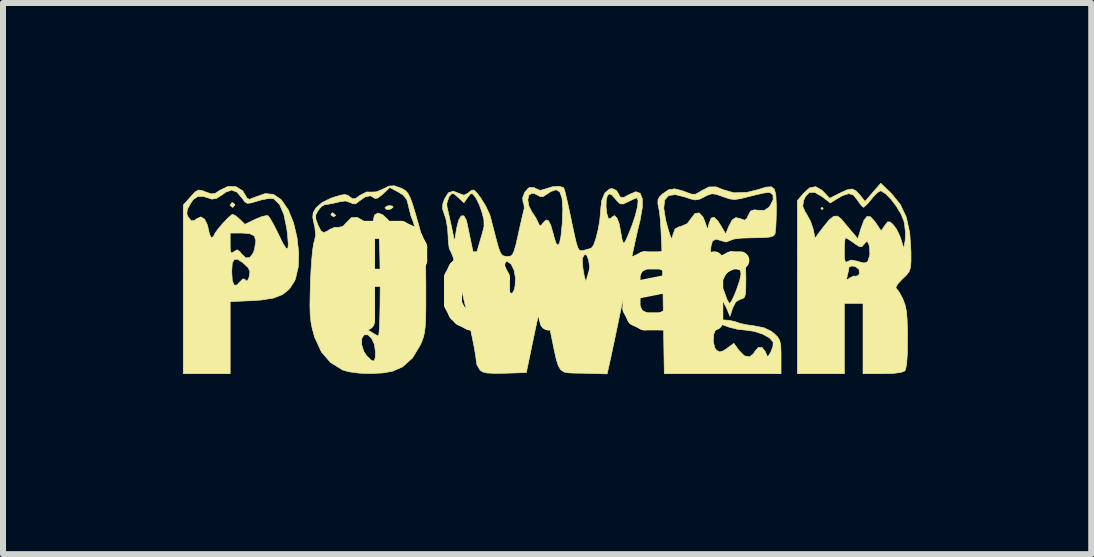
<source format=kicad_pcb>
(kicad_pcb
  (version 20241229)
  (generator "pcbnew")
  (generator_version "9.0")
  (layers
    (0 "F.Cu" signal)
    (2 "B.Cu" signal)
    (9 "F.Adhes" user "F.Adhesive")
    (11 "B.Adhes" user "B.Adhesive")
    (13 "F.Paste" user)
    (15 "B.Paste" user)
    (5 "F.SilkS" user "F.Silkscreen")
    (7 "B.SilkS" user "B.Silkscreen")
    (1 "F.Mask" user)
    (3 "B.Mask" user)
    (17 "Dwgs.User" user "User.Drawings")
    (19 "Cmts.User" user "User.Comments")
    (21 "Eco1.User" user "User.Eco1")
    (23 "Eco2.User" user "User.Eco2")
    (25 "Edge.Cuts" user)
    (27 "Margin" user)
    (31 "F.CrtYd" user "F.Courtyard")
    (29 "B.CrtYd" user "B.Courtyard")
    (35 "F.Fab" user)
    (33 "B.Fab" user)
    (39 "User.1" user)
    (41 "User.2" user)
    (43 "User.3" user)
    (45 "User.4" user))
  (footprint "Power"
    (layer "F.Cu")
    (at 6.062 1.617)
    (property "Reference" "Power" (at 0 0 0) (layer "F.SilkS") (effects (font (size 1.524 1.524) (thickness 0.3))))
    (attr through_hole)
    (fp_poly (pts (xy 4.611 -1.192) (xy 4.592 -1.172) (xy 4.572 -1.192) (xy 4.592 -1.211) (xy 4.611 -1.192)) (stroke (width 0.01) (type solid)) (fill yes) (layer "F.SilkS"))
    (fp_poly (pts (xy -5.198 -1.26) (xy -5.197 -1.25) (xy -5.227 -1.213) (xy -5.236 -1.211) (xy -5.274 -1.241) (xy -5.275 -1.25) (xy -5.246 -1.288) (xy -5.236 -1.29) (xy -5.198 -1.26)) (stroke (width 0.01) (type solid)) (fill yes) (layer "F.SilkS"))
    (fp_poly (pts (xy -3.556 -1.114) (xy -3.519 -1.079) (xy -3.517 -1.072) (xy -3.547 -1.056) (xy -3.556 -1.055) (xy -3.594 -1.085) (xy -3.595 -1.096) (xy -3.571 -1.12) (xy -3.556 -1.114)) (stroke (width 0.01) (type solid)) (fill yes) (layer "F.SilkS"))
    (fp_poly (pts (xy -2.564 -1.23) (xy -2.561 -1.209) (xy -2.608 -1.178) (xy -2.667 -1.175) (xy -2.696 -1.203) (xy -2.696 -1.203) (xy -2.663 -1.231) (xy -2.617 -1.24) (xy -2.564 -1.23)) (stroke (width 0.01) (type solid)) (fill yes) (layer "F.SilkS"))
    (fp_poly (pts (xy -5.181 -1.556) (xy -5.067 -1.487) (xy -4.993 -1.362) (xy -4.954 -1.344) (xy -4.862 -1.379) (xy -4.856 -1.382) (xy -4.692 -1.44) (xy -4.554 -1.427) (xy -4.429 -1.342) (xy -4.415 -1.327) (xy -4.304 -1.164) (xy -4.218 -0.949) (xy -4.16 -0.705) (xy -4.133 -0.454) (xy -4.14 -0.218) (xy -4.186 -0.02) (xy -4.204 0.022) (xy -4.288 0.151) (xy -4.4 0.242) (xy -4.553 0.302) (xy -4.762 0.335) (xy -4.912 0.345) (xy -5.275 0.361) (xy -5.275 1.563) (xy -6.057 1.563) (xy -6.057 -0.145) (xy -5.249 -0.145) (xy -5.24 0.007) (xy -5.212 0.084) (xy -5.165 0.086) (xy -5.119 0.039) (xy -5.065 -0.018) (xy -5.029 -0.011) (xy -5.02 0.003) (xy -4.991 0.02) (xy -4.964 -0.034) (xy -4.957 -0.058) (xy -4.946 -0.14) (xy -4.974 -0.204) (xy -5.052 -0.278) (xy -5.147 -0.344) (xy -5.208 -0.345) (xy -5.24 -0.278) (xy -5.249 -0.145) (xy -6.057 -0.145) (xy -6.057 -1.1) (xy -5.997 -1.1) (xy -5.98 -1.057) (xy -5.926 -0.987) (xy -5.869 -0.991) (xy -5.833 -1.021) (xy -5.764 -1.052) (xy -5.701 -1.013) (xy -5.654 -0.915) (xy -5.642 -0.861) (xy -5.619 -0.763) (xy -5.592 -0.708) (xy -5.583 -0.703) (xy -5.549 -0.731) (xy -5.549 -0.735) (xy -5.526 -0.782) (xy -5.275 -0.782) (xy -5.275 -0.601) (xy -5.273 -0.494) (xy -5.26 -0.451) (xy -5.23 -0.459) (xy -5.211 -0.473) (xy -5.159 -0.503) (xy -5.115 -0.474) (xy -5.088 -0.437) (xy -5.016 -0.368) (xy -4.946 -0.374) (xy -4.889 -0.452) (xy -4.869 -0.514) (xy -4.847 -0.652) (xy -4.871 -0.734) (xy -4.952 -0.773) (xy -5.079 -0.782) (xy -5.275 -0.782) (xy -5.526 -0.782) (xy -5.524 -0.785) (xy -5.464 -0.866) (xy -5.385 -0.957) (xy -5.307 -1.038) (xy -5.248 -1.088) (xy -5.233 -1.094) (xy -5.182 -1.069) (xy -5.114 -1.011) (xy -5.03 -0.927) (xy -4.857 -1.011) (xy -4.749 -1.056) (xy -4.667 -1.074) (xy -4.643 -1.07) (xy -4.609 -1.025) (xy -4.553 -0.927) (xy -4.485 -0.794) (xy -4.463 -0.747) (xy -4.391 -0.601) (xy -4.341 -0.527) (xy -4.313 -0.526) (xy -4.306 -0.598) (xy -4.318 -0.745) (xy -4.332 -0.86) (xy -4.38 -1.093) (xy -4.45 -1.256) (xy -4.54 -1.347) (xy -4.559 -1.356) (xy -4.63 -1.358) (xy -4.742 -1.338) (xy -4.812 -1.318) (xy -4.926 -1.284) (xy -4.99 -1.277) (xy -5.03 -1.301) (xy -5.067 -1.353) (xy -5.16 -1.463) (xy -5.25 -1.499) (xy -5.35 -1.463) (xy -5.4 -1.426) (xy -5.501 -1.361) (xy -5.578 -1.347) (xy -5.584 -1.349) (xy -5.724 -1.393) (xy -5.819 -1.391) (xy -5.891 -1.339) (xy -5.936 -1.275) (xy -5.99 -1.173) (xy -5.997 -1.1) (xy -6.057 -1.1) (xy -6.057 -1.248) (xy -5.936 -1.385) (xy -5.86 -1.467) (xy -5.805 -1.499) (xy -5.743 -1.491) (xy -5.684 -1.467) (xy -5.59 -1.435) (xy -5.524 -1.443) (xy -5.45 -1.493) (xy -5.314 -1.559) (xy -5.181 -1.556)) (stroke (width 0.01) (type solid)) (fill yes) (layer "F.SilkS"))
    (fp_poly (pts (xy 5.756 -1.432) (xy 5.898 -1.256) (xy 5.997 -1.044) (xy 6.054 -0.784) (xy 6.074 -0.464) (xy 6.074 -0.456) (xy 6.074 -0.302) (xy 6.065 -0.202) (xy 6.041 -0.135) (xy 5.993 -0.075) (xy 5.932 -0.018) (xy 5.852 0.067) (xy 5.822 0.125) (xy 5.828 0.14) (xy 5.869 0.189) (xy 5.922 0.283) (xy 5.943 0.327) (xy 5.976 0.416) (xy 5.998 0.521) (xy 6.01 0.66) (xy 6.016 0.85) (xy 6.017 0.979) (xy 6.014 1.227) (xy 6.002 1.399) (xy 5.983 1.496) (xy 5.971 1.516) (xy 5.905 1.542) (xy 5.774 1.558) (xy 5.6 1.563) (xy 5.275 1.563) (xy 5.275 0.391) (xy 4.963 0.391) (xy 4.963 1.563) (xy 4.181 1.563) (xy 4.181 -0.012) (xy 5.001 -0.012) (xy 5.022 -0.01) (xy 5.052 -0.033) (xy 5.119 -0.066) (xy 5.152 -0.062) (xy 5.194 -0.073) (xy 5.214 -0.105) (xy 5.208 -0.177) (xy 5.144 -0.225) (xy 5.09 -0.234) (xy 5.044 -0.216) (xy 5.04 -0.205) (xy 5.031 -0.148) (xy 5.014 -0.078) (xy 5.001 -0.012) (xy 4.181 -0.012) (xy 4.181 -0.484) (xy 4.963 -0.484) (xy 4.966 -0.361) (xy 4.978 -0.303) (xy 5.002 -0.298) (xy 5.016 -0.308) (xy 5.081 -0.332) (xy 5.183 -0.312) (xy 5.196 -0.307) (xy 5.289 -0.283) (xy 5.34 -0.297) (xy 5.357 -0.317) (xy 5.389 -0.422) (xy 5.383 -0.55) (xy 5.368 -0.604) (xy 5.344 -0.644) (xy 5.312 -0.621) (xy 5.293 -0.597) (xy 5.255 -0.555) (xy 5.214 -0.556) (xy 5.143 -0.601) (xy 5.124 -0.616) (xy 5.042 -0.672) (xy 4.989 -0.702) (xy 4.984 -0.703) (xy 4.972 -0.668) (xy 4.965 -0.577) (xy 4.963 -0.484) (xy 4.181 -0.484) (xy 4.181 -1.23) (xy 4.27 -1.23) (xy 4.308 -1.138) (xy 4.331 -1.103) (xy 4.399 -0.979) (xy 4.445 -0.844) (xy 4.445 -0.841) (xy 4.475 -0.698) (xy 4.607 -0.874) (xy 4.709 -1) (xy 4.786 -1.061) (xy 4.849 -1.065) (xy 4.912 -1.016) (xy 4.921 -1.005) (xy 4.997 -0.914) (xy 5.084 -0.81) (xy 5.091 -0.802) (xy 5.189 -0.686) (xy 5.238 -0.851) (xy 5.29 -0.993) (xy 5.341 -1.059) (xy 5.399 -1.053) (xy 5.469 -0.977) (xy 5.482 -0.959) (xy 5.577 -0.819) (xy 5.637 -0.907) (xy 5.684 -0.968) (xy 5.725 -0.967) (xy 5.773 -0.927) (xy 5.833 -0.847) (xy 5.889 -0.73) (xy 5.902 -0.693) (xy 5.955 -0.528) (xy 5.978 -0.664) (xy 5.983 -0.789) (xy 5.966 -0.936) (xy 5.956 -0.982) (xy 5.91 -1.097) (xy 5.834 -1.224) (xy 5.744 -1.343) (xy 5.653 -1.436) (xy 5.578 -1.483) (xy 5.563 -1.485) (xy 5.514 -1.456) (xy 5.444 -1.384) (xy 5.415 -1.348) (xy 5.345 -1.265) (xy 5.293 -1.217) (xy 5.282 -1.211) (xy 5.245 -1.242) (xy 5.192 -1.316) (xy 5.184 -1.329) (xy 5.115 -1.415) (xy 5.038 -1.44) (xy 4.932 -1.406) (xy 4.861 -1.365) (xy 4.73 -1.284) (xy 4.589 -1.392) (xy 4.469 -1.461) (xy 4.379 -1.459) (xy 4.311 -1.384) (xy 4.283 -1.319) (xy 4.27 -1.23) (xy 4.181 -1.23) (xy 4.181 -1.323) (xy 4.282 -1.443) (xy 4.387 -1.537) (xy 4.486 -1.555) (xy 4.588 -1.497) (xy 4.624 -1.462) (xy 4.718 -1.361) (xy 4.878 -1.442) (xy 5.005 -1.501) (xy 5.09 -1.517) (xy 5.155 -1.488) (xy 5.222 -1.417) (xy 5.308 -1.309) (xy 5.439 -1.461) (xy 5.571 -1.612) (xy 5.756 -1.432)) (stroke (width 0.01) (type solid)) (fill yes) (layer "F.SilkS"))
    (fp_poly (pts (xy -2.43 -1.532) (xy -2.396 -1.516) (xy -2.351 -1.488) (xy -2.313 -1.445) (xy -2.276 -1.375) (xy -2.235 -1.265) (xy -2.186 -1.103) (xy -2.122 -0.879) (xy -2.082 -0.729) (xy -2.053 -0.599) (xy -2.033 -0.472) (xy -2.021 -0.329) (xy -2.015 -0.153) (xy -2.013 0.075) (xy -2.013 0.195) (xy -2.013 0.446) (xy -2.016 0.633) (xy -2.023 0.771) (xy -2.035 0.873) (xy -2.055 0.956) (xy -2.082 1.032) (xy -2.106 1.085) (xy -2.236 1.301) (xy -2.401 1.449) (xy -2.571 1.522) (xy -2.729 1.55) (xy -2.922 1.56) (xy -3.12 1.554) (xy -3.294 1.531) (xy -3.4 1.501) (xy -3.601 1.377) (xy -3.754 1.2) (xy -3.855 0.98) (xy -3.083 0.98) (xy -3.082 1.081) (xy -3.048 1.191) (xy -2.999 1.264) (xy -2.92 1.341) (xy -2.875 1.351) (xy -2.856 1.292) (xy -2.853 1.198) (xy -2.871 1.073) (xy -2.917 0.973) (xy -2.978 0.914) (xy -3.044 0.916) (xy -3.046 0.917) (xy -3.083 0.98) (xy -3.855 0.98) (xy -3.864 0.961) (xy -3.875 0.926) (xy -3.907 0.811) (xy -3.928 0.702) (xy -3.941 0.582) (xy -3.945 0.433) (xy -3.942 0.235) (xy -3.938 0.066) (xy -3.928 -0.151) (xy -3.925 -0.197) (xy -3.086 -0.197) (xy -3.086 -0.029) (xy -3.084 0.762) (xy -2.959 0.846) (xy -2.871 0.901) (xy -2.811 0.932) (xy -2.804 0.934) (xy -2.795 0.898) (xy -2.787 0.795) (xy -2.781 0.637) (xy -2.777 0.435) (xy -2.775 0.2) (xy -2.774 0.12) (xy -2.776 -0.128) (xy -2.779 -0.352) (xy -2.784 -0.539) (xy -2.79 -0.677) (xy -2.797 -0.752) (xy -2.799 -0.76) (xy -2.823 -0.802) (xy -2.861 -0.788) (xy -2.897 -0.758) (xy -2.95 -0.714) (xy -2.968 -0.725) (xy -2.97 -0.756) (xy -2.999 -0.812) (xy -3.028 -0.821) (xy -3.049 -0.811) (xy -3.064 -0.777) (xy -3.074 -0.707) (xy -3.081 -0.594) (xy -3.084 -0.427) (xy -3.086 -0.197) (xy -3.925 -0.197) (xy -3.915 -0.347) (xy -3.899 -0.507) (xy -3.882 -0.613) (xy -3.874 -0.637) (xy -3.85 -0.745) (xy -3.863 -0.875) (xy -3.874 -0.924) (xy -3.893 -1.018) (xy -3.849 -1.018) (xy -3.814 -0.922) (xy -3.765 -0.822) (xy -3.718 -0.789) (xy -3.654 -0.815) (xy -3.617 -0.842) (xy -3.531 -0.878) (xy -3.472 -0.877) (xy -3.396 -0.892) (xy -3.339 -0.955) (xy -3.255 -1.038) (xy -3.158 -1.044) (xy -3.07 -0.995) (xy -2.98 -0.946) (xy -2.914 -0.946) (xy -2.891 -0.987) (xy -2.869 -1.082) (xy -2.814 -1.115) (xy -2.736 -1.09) (xy -2.647 -1.008) (xy -2.58 -0.911) (xy -2.524 -0.824) (xy -2.489 -0.798) (xy -2.461 -0.824) (xy -2.456 -0.832) (xy -2.406 -0.891) (xy -2.361 -0.876) (xy -2.32 -0.785) (xy -2.304 -0.733) (xy -2.266 -0.587) (xy -2.229 -0.442) (xy -2.223 -0.42) (xy -2.197 -0.327) (xy -2.179 -0.276) (xy -2.177 -0.274) (xy -2.173 -0.309) (xy -2.171 -0.405) (xy -2.171 -0.541) (xy -2.172 -0.576) (xy -2.179 -0.735) (xy -2.196 -0.872) (xy -2.22 -0.962) (xy -2.223 -0.969) (xy -2.261 -1.066) (xy -2.293 -1.193) (xy -2.299 -1.223) (xy -2.331 -1.341) (xy -2.394 -1.417) (xy -2.471 -1.465) (xy -2.614 -1.542) (xy -2.729 -1.432) (xy -2.814 -1.366) (xy -2.865 -1.359) (xy -2.87 -1.364) (xy -2.934 -1.404) (xy -3.026 -1.384) (xy -3.113 -1.323) (xy -3.184 -1.269) (xy -3.237 -1.271) (xy -3.26 -1.287) (xy -3.353 -1.317) (xy -3.447 -1.304) (xy -3.565 -1.276) (xy -3.644 -1.262) (xy -3.702 -1.255) (xy -3.756 -1.222) (xy -3.811 -1.156) (xy -3.848 -1.086) (xy -3.849 -1.018) (xy -3.893 -1.018) (xy -3.898 -1.04) (xy -3.892 -1.117) (xy -3.852 -1.189) (xy -3.841 -1.205) (xy -3.743 -1.29) (xy -3.592 -1.364) (xy -3.555 -1.377) (xy -3.432 -1.414) (xy -3.358 -1.424) (xy -3.308 -1.408) (xy -3.281 -1.386) (xy -3.23 -1.352) (xy -3.177 -1.363) (xy -3.113 -1.409) (xy -3.001 -1.467) (xy -2.93 -1.465) (xy -2.835 -1.469) (xy -2.725 -1.516) (xy -2.626 -1.565) (xy -2.539 -1.57) (xy -2.43 -1.532)) (stroke (width 0.01) (type solid)) (fill yes) (layer "F.SilkS"))
    (fp_poly (pts (xy 3.796 -1.515) (xy 3.821 -1.424) (xy 3.829 -1.269) (xy 3.83 -1.177) (xy 3.827 -1.013) (xy 3.82 -0.875) (xy 3.81 -0.784) (xy 3.806 -0.765) (xy 3.779 -0.734) (xy 3.718 -0.715) (xy 3.607 -0.706) (xy 3.442 -0.703) (xy 3.26 -0.698) (xy 3.127 -0.683) (xy 3.059 -0.659) (xy 3.057 -0.658) (xy 2.991 -0.632) (xy 2.922 -0.652) (xy 2.824 -0.68) (xy 2.765 -0.65) (xy 2.739 -0.556) (xy 2.735 -0.475) (xy 2.735 -0.293) (xy 2.947 -0.294) (xy 3.071 -0.299) (xy 3.161 -0.312) (xy 3.188 -0.323) (xy 3.251 -0.35) (xy 3.269 -0.352) (xy 3.296 -0.331) (xy 3.313 -0.261) (xy 3.32 -0.132) (xy 3.322 -0.022) (xy 3.32 0.138) (xy 3.314 0.237) (xy 3.297 0.29) (xy 3.267 0.312) (xy 3.234 0.32) (xy 3.155 0.363) (xy 3.101 0.469) (xy 3.057 0.606) (xy 2.998 0.464) (xy 2.951 0.372) (xy 2.902 0.338) (xy 2.837 0.341) (xy 2.77 0.365) (xy 2.741 0.417) (xy 2.735 0.513) (xy 2.735 0.664) (xy 2.912 0.664) (xy 3.035 0.672) (xy 3.134 0.692) (xy 3.156 0.701) (xy 3.231 0.726) (xy 3.353 0.75) (xy 3.448 0.763) (xy 3.621 0.796) (xy 3.747 0.857) (xy 3.79 0.891) (xy 3.851 0.95) (xy 3.886 1.009) (xy 3.903 1.092) (xy 3.908 1.221) (xy 3.908 1.279) (xy 3.908 1.563) (xy 1.962 1.563) (xy 1.953 1.027) (xy 2.778 1.027) (xy 2.804 1.133) (xy 2.835 1.174) (xy 2.887 1.2) (xy 2.95 1.179) (xy 3.008 1.14) (xy 3.122 1.056) (xy 3.205 1.173) (xy 3.295 1.264) (xy 3.38 1.283) (xy 3.451 1.228) (xy 3.47 1.193) (xy 3.528 1.125) (xy 3.593 1.127) (xy 3.648 1.198) (xy 3.657 1.222) (xy 3.678 1.273) (xy 3.701 1.264) (xy 3.74 1.196) (xy 3.774 1.103) (xy 3.776 1.034) (xy 3.715 0.965) (xy 3.6 0.902) (xy 3.457 0.856) (xy 3.322 0.837) (xy 3.178 0.821) (xy 3.042 0.787) (xy 3.016 0.777) (xy 2.925 0.745) (xy 2.874 0.752) (xy 2.83 0.799) (xy 2.786 0.904) (xy 2.778 1.027) (xy 1.953 1.027) (xy 1.942 0.303) (xy 1.936 -0.028) (xy 1.934 -0.074) (xy 2.798 -0.074) (xy 2.817 0.014) (xy 2.865 0.071) (xy 2.891 0.078) (xy 2.924 0.112) (xy 2.962 0.197) (xy 2.974 0.234) (xy 3.01 0.331) (xy 3.043 0.386) (xy 3.051 0.391) (xy 3.08 0.357) (xy 3.123 0.27) (xy 3.162 0.174) (xy 3.22 0.006) (xy 3.241 -0.104) (xy 3.225 -0.165) (xy 3.172 -0.187) (xy 3.155 -0.188) (xy 3.048 -0.199) (xy 2.964 -0.216) (xy 2.877 -0.222) (xy 2.823 -0.173) (xy 2.816 -0.16) (xy 2.798 -0.074) (xy 1.934 -0.074) (xy 1.927 -0.336) (xy 1.917 -0.611) (xy 1.906 -0.842) (xy 1.894 -1.019) (xy 1.882 -1.132) (xy 1.878 -1.153) (xy 1.869 -1.199) (xy 1.953 -1.199) (xy 1.983 -1.005) (xy 2.02 -0.866) (xy 2.057 -0.747) (xy 2.08 -0.695) (xy 2.094 -0.703) (xy 2.108 -0.762) (xy 2.142 -0.851) (xy 2.212 -0.888) (xy 2.238 -0.892) (xy 2.345 -0.939) (xy 2.406 -1.021) (xy 2.473 -1.108) (xy 2.542 -1.118) (xy 2.605 -1.053) (xy 2.637 -0.978) (xy 2.683 -0.842) (xy 2.71 -0.948) (xy 2.745 -1.033) (xy 2.792 -1.045) (xy 2.855 -0.983) (xy 2.901 -0.911) (xy 2.986 -0.767) (xy 3.035 -0.889) (xy 3.093 -0.999) (xy 3.154 -1.04) (xy 3.232 -1.022) (xy 3.243 -1.016) (xy 3.304 -0.996) (xy 3.342 -1.032) (xy 3.362 -1.078) (xy 3.401 -1.149) (xy 3.461 -1.169) (xy 3.528 -1.162) (xy 3.63 -1.16) (xy 3.702 -1.208) (xy 3.725 -1.236) (xy 3.776 -1.336) (xy 3.774 -1.416) (xy 3.723 -1.458) (xy 3.692 -1.46) (xy 3.615 -1.448) (xy 3.491 -1.42) (xy 3.366 -1.389) (xy 3.227 -1.354) (xy 3.132 -1.341) (xy 3.052 -1.351) (xy 2.954 -1.384) (xy 2.939 -1.389) (xy 2.828 -1.428) (xy 2.755 -1.437) (xy 2.685 -1.414) (xy 2.63 -1.386) (xy 2.547 -1.345) (xy 2.48 -1.334) (xy 2.397 -1.352) (xy 2.307 -1.383) (xy 2.145 -1.423) (xy 2.033 -1.407) (xy 1.969 -1.333) (xy 1.953 -1.199) (xy 1.869 -1.199) (xy 1.855 -1.27) (xy 1.857 -1.341) (xy 1.889 -1.393) (xy 1.935 -1.436) (xy 2.034 -1.503) (xy 2.134 -1.519) (xy 2.263 -1.487) (xy 2.322 -1.464) (xy 2.42 -1.429) (xy 2.487 -1.43) (xy 2.56 -1.472) (xy 2.577 -1.484) (xy 2.704 -1.55) (xy 2.824 -1.552) (xy 2.945 -1.504) (xy 3.124 -1.453) (xy 3.341 -1.46) (xy 3.53 -1.508) (xy 3.66 -1.548) (xy 3.745 -1.553) (xy 3.796 -1.515)) (stroke (width 0.01) (type solid)) (fill yes) (layer "F.SilkS"))
    (fp_poly (pts (xy 0.276 -1.543) (xy 0.288 -1.531) (xy 0.303 -1.483) (xy 0.33 -1.374) (xy 0.365 -1.218) (xy 0.405 -1.031) (xy 0.414 -0.985) (xy 0.458 -0.779) (xy 0.49 -0.637) (xy 0.516 -0.549) (xy 0.541 -0.503) (xy 0.569 -0.487) (xy 0.606 -0.491) (xy 0.622 -0.495) (xy 0.708 -0.518) (xy 0.751 -0.535) (xy 0.786 -0.587) (xy 0.823 -0.695) (xy 0.858 -0.834) (xy 0.885 -0.984) (xy 0.898 -1.121) (xy 0.899 -1.151) (xy 0.907 -1.224) (xy 0.991 -1.224) (xy 1.003 -1.112) (xy 1.027 -1.033) (xy 1.034 -1.024) (xy 1.073 -1.028) (xy 1.09 -1.048) (xy 1.131 -1.074) (xy 1.173 -1.031) (xy 1.211 -0.932) (xy 1.238 -0.785) (xy 1.238 -0.784) (xy 1.257 -0.677) (xy 1.279 -0.618) (xy 1.293 -0.613) (xy 1.322 -0.663) (xy 1.367 -0.766) (xy 1.42 -0.899) (xy 1.424 -0.909) (xy 1.48 -1.077) (xy 1.515 -1.219) (xy 1.525 -1.32) (xy 1.509 -1.366) (xy 1.503 -1.368) (xy 1.457 -1.351) (xy 1.372 -1.311) (xy 1.358 -1.304) (xy 1.274 -1.266) (xy 1.222 -1.271) (xy 1.165 -1.328) (xy 1.145 -1.353) (xy 1.081 -1.423) (xy 1.042 -1.434) (xy 1.014 -1.407) (xy 0.994 -1.334) (xy 0.991 -1.224) (xy 0.907 -1.224) (xy 0.918 -1.323) (xy 0.97 -1.449) (xy 1.049 -1.516) (xy 1.094 -1.524) (xy 1.164 -1.491) (xy 1.192 -1.446) (xy 1.228 -1.381) (xy 1.288 -1.377) (xy 1.383 -1.427) (xy 1.487 -1.471) (xy 1.558 -1.446) (xy 1.595 -1.358) (xy 1.596 -1.211) (xy 1.561 -1.007) (xy 1.545 -0.94) (xy 1.52 -0.838) (xy 1.483 -0.674) (xy 1.437 -0.462) (xy 1.385 -0.217) (xy 1.33 0.046) (xy 1.307 0.156) (xy 1.251 0.427) (xy 1.197 0.688) (xy 1.148 0.925) (xy 1.106 1.123) (xy 1.076 1.265) (xy 1.068 1.301) (xy 1.009 1.566) (xy 0.615 1.555) (xy 0.472 1.553) (xy 0.367 1.549) (xy 0.291 1.535) (xy 0.236 1.498) (xy 0.195 1.431) (xy 0.161 1.322) (xy 0.125 1.161) (xy 0.08 0.939) (xy 0.058 0.83) (xy 0.017 0.642) (xy -0.02 0.488) (xy -0.049 0.38) (xy -0.068 0.332) (xy -0.071 0.331) (xy -0.085 0.374) (xy -0.112 0.481) (xy -0.148 0.636) (xy -0.189 0.828) (xy -0.214 0.947) (xy -0.338 1.544) (xy -0.692 1.555) (xy -0.872 1.557) (xy -0.991 1.551) (xy -1.066 1.533) (xy -1.109 1.503) (xy -1.161 1.416) (xy -1.172 1.356) (xy -1.181 1.275) (xy -1.204 1.138) (xy -1.24 0.957) (xy -1.284 0.746) (xy -1.335 0.518) (xy -1.388 0.287) (xy -1.44 0.066) (xy -1.49 -0.132) (xy -1.506 -0.191) (xy -0.702 -0.191) (xy -0.697 -0.076) (xy -0.679 0.043) (xy -0.66 0.111) (xy -0.615 0.208) (xy -0.575 0.226) (xy -0.541 0.166) (xy -0.526 0.101) (xy -0.519 -0.035) (xy -0.543 -0.164) (xy -0.591 -0.263) (xy -0.641 -0.3) (xy 0.595 -0.3) (xy 0.607 -0.184) (xy 0.626 -0.074) (xy 0.663 0.062) (xy 0.695 0.123) (xy 0.72 0.115) (xy 0.734 0.04) (xy 0.732 -0.096) (xy 0.725 -0.173) (xy 0.701 -0.326) (xy 0.67 -0.412) (xy 0.635 -0.427) (xy 0.6 -0.369) (xy 0.595 -0.3) (xy -0.641 -0.3) (xy -0.655 -0.311) (xy -0.669 -0.313) (xy -0.693 -0.278) (xy -0.702 -0.191) (xy -1.506 -0.191) (xy -1.533 -0.293) (xy -1.567 -0.405) (xy -1.588 -0.453) (xy -1.588 -0.454) (xy -1.623 -0.524) (xy -1.64 -0.657) (xy -1.641 -0.719) (xy -1.652 -0.872) (xy -1.679 -1.017) (xy -1.699 -1.079) (xy -1.734 -1.184) (xy -1.73 -1.27) (xy -1.729 -1.274) (xy -1.665 -1.274) (xy -1.659 -1.211) (xy -1.637 -1.12) (xy -1.607 -0.986) (xy -1.584 -0.879) (xy -1.535 -0.645) (xy -1.5 -0.86) (xy -1.466 -0.997) (xy -1.423 -1.068) (xy -1.379 -1.069) (xy -1.339 -0.998) (xy -1.324 -0.938) (xy -1.3 -0.822) (xy -1.269 -0.671) (xy -1.247 -0.567) (xy -1.198 -0.332) (xy -1.162 -0.469) (xy -1.125 -0.598) (xy -1.082 -0.743) (xy -1.073 -0.772) (xy -1.043 -0.894) (xy -1.045 -1) (xy -1.076 -1.125) (xy -1.121 -1.252) (xy -1.172 -1.357) (xy -1.192 -1.388) (xy -1.238 -1.44) (xy -1.272 -1.433) (xy -1.316 -1.376) (xy -1.379 -1.287) (xy -1.474 -1.376) (xy -1.541 -1.434) (xy -1.579 -1.441) (xy -1.619 -1.398) (xy -1.627 -1.387) (xy -1.665 -1.274) (xy -1.729 -1.274) (xy -1.701 -1.351) (xy -1.637 -1.453) (xy -1.556 -1.481) (xy -1.448 -1.438) (xy -1.448 -1.438) (xy -1.379 -1.413) (xy -1.313 -1.445) (xy -1.295 -1.461) (xy -1.247 -1.498) (xy -1.209 -1.498) (xy -1.161 -1.451) (xy -1.097 -1.365) (xy -1.018 -1.238) (xy -0.956 -1.108) (xy -0.939 -1.059) (xy -0.908 -0.94) (xy -0.868 -0.787) (xy -0.844 -0.693) (xy -0.803 -0.542) (xy -0.769 -0.452) (xy -0.733 -0.407) (xy -0.683 -0.392) (xy -0.646 -0.391) (xy -0.602 -0.397) (xy -0.569 -0.424) (xy -0.541 -0.486) (xy -0.509 -0.597) (xy -0.47 -0.771) (xy -0.47 -0.772) (xy -0.433 -0.938) (xy -0.401 -1.076) (xy -0.379 -1.169) (xy -0.372 -1.195) (xy -0.379 -1.264) (xy -0.391 -1.289) (xy -0.396 -1.337) (xy -0.313 -1.337) (xy -0.297 -1.236) (xy -0.246 -1.135) (xy -0.241 -1.129) (xy -0.178 -1.033) (xy -0.141 -0.957) (xy -0.116 -0.903) (xy -0.089 -0.912) (xy -0.054 -0.957) (xy -0.008 -1.001) (xy 0.031 -0.988) (xy 0.069 -0.914) (xy 0.111 -0.769) (xy 0.12 -0.73) (xy 0.156 -0.615) (xy 0.188 -0.577) (xy 0.216 -0.617) (xy 0.24 -0.732) (xy 0.259 -0.924) (xy 0.261 -0.946) (xy 0.27 -1.192) (xy 0.257 -1.365) (xy 0.22 -1.468) (xy 0.158 -1.504) (xy 0.069 -1.474) (xy 0.019 -1.439) (xy -0.064 -1.387) (xy -0.118 -1.394) (xy -0.128 -1.402) (xy -0.203 -1.44) (xy -0.242 -1.446) (xy -0.295 -1.415) (xy -0.313 -1.337) (xy -0.396 -1.337) (xy -0.4 -1.367) (xy -0.366 -1.459) (xy -0.305 -1.53) (xy -0.283 -1.542) (xy -0.206 -1.539) (xy -0.17 -1.519) (xy -0.104 -1.493) (xy -0.017 -1.518) (xy 0.094 -1.553) (xy 0.202 -1.562) (xy 0.276 -1.543)) (stroke (width 0.01) (type solid)) (fill yes) (layer "F.SilkS")))
  (gr_rect
    (start -3 -3)
    (end 15.141 6.188)
    (stroke (width 0.1) (type default))
    (fill no)
    (layer "Edge.Cuts")))
</source>
